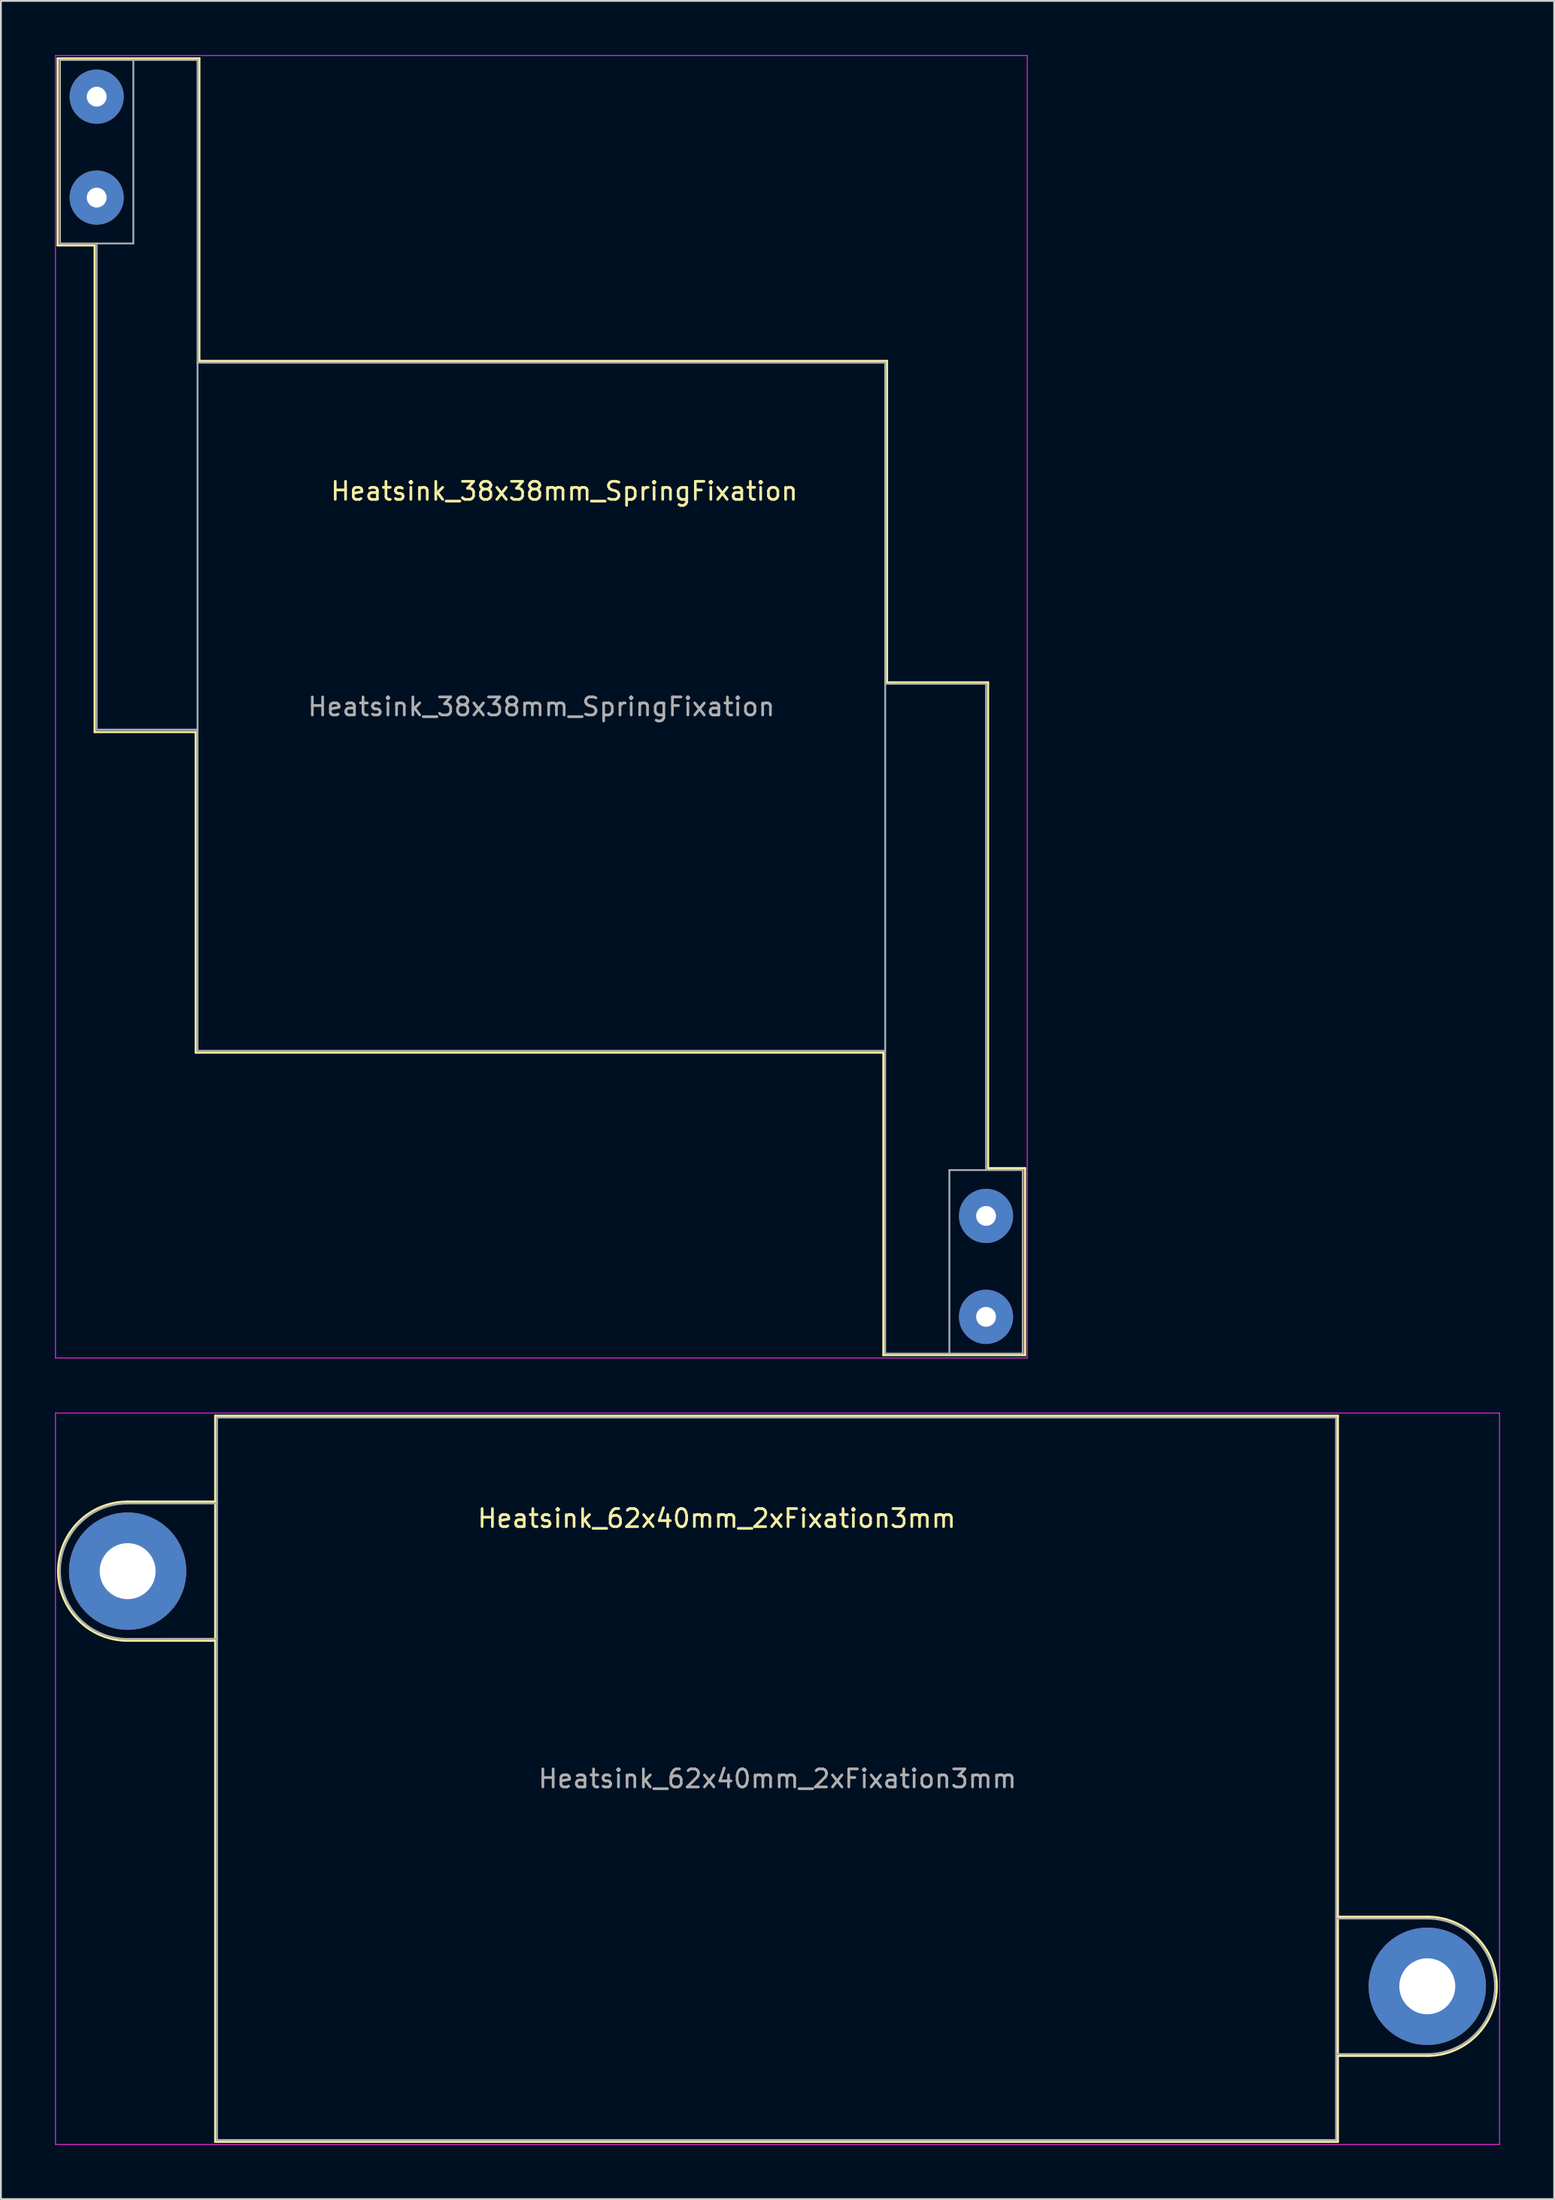
<source format=kicad_pcb>
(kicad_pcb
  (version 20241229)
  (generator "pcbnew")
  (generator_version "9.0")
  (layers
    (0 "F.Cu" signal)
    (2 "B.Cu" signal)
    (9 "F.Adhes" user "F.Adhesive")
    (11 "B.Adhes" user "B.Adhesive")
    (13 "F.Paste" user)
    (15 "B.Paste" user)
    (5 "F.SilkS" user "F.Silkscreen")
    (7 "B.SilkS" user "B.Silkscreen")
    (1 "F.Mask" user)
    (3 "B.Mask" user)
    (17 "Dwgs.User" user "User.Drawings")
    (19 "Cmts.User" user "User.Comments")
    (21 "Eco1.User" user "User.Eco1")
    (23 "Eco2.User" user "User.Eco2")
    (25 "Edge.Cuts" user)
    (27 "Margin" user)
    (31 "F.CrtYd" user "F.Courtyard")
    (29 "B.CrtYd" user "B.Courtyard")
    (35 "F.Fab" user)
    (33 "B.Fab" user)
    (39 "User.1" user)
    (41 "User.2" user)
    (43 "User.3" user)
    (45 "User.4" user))
  (footprint "Heatsink_62x40mm_2xFixation3mm"
    (layer "F.Cu")
    (at 8.975 115.445)
    (property "Reference" "Heatsink_62x40mm_2xFixation3mm" (at 27.686 -34.417 0) (layer "F.SilkS") (effects (font (size 1 1) (thickness 0.15))))
    (attr through_hole)
    (fp_line (start -4.953 -35.346) (end -0.103 -35.346) (stroke (width 0.12) (type solid)) (layer "F.SilkS"))
    (fp_line (start -0.103 -27.646) (end -4.953 -27.646) (stroke (width 0.12) (type solid)) (layer "F.SilkS"))
    (fp_line (start -0.1 -40.1) (end -0.1 0.1) (stroke (width 0.12) (type solid)) (layer "F.SilkS"))
    (fp_line (start -0.1 0.1) (end 62.1 0.1) (stroke (width 0.12) (type solid)) (layer "F.SilkS"))
    (fp_line (start 62.1 -40.1) (end -0.1 -40.1) (stroke (width 0.12) (type solid)) (layer "F.SilkS"))
    (fp_line (start 62.1 0.1) (end 62.1 -40.1) (stroke (width 0.12) (type solid)) (layer "F.SilkS"))
    (fp_line (start 67.056 -12.359) (end 62.106 -12.359) (stroke (width 0.12) (type solid)) (layer "F.SilkS"))
    (fp_line (start 67.056 -4.659) (end 62.106 -4.659) (stroke (width 0.12) (type solid)) (layer "F.SilkS"))
    (fp_arc (start -4.953 -27.646) (mid -8.803 -31.496) (end -4.953 -35.346) (stroke (width 0.12) (type solid)) (layer "F.SilkS"))
    (fp_arc (start 67.056 -12.359) (mid 70.906 -8.509) (end 67.056 -4.659) (stroke (width 0.12) (type solid)) (layer "F.SilkS"))
    (fp_line (start -8.95 -40.25) (end -8.95 0.25) (stroke (width 0.05) (type solid)) (layer "F.CrtYd"))
    (fp_line (start -8.95 -40.25) (end 71.06 -40.25) (stroke (width 0.05) (type solid)) (layer "F.CrtYd"))
    (fp_line (start 71.06 0.25) (end -8.95 0.25) (stroke (width 0.05) (type solid)) (layer "F.CrtYd"))
    (fp_line (start 71.06 0.25) (end 71.06 -40.25) (stroke (width 0.05) (type solid)) (layer "F.CrtYd"))
    (fp_line (start -4.953 -35.246) (end 0 -35.246) (stroke (width 0.1) (type solid)) (layer "F.Fab"))
    (fp_line (start -4.953 -27.746) (end 0 -27.753) (stroke (width 0.1) (type solid)) (layer "F.Fab"))
    (fp_line (start 0 -40) (end 62 -40) (stroke (width 0.1) (type solid)) (layer "F.Fab"))
    (fp_line (start 0 0) (end 0 -40) (stroke (width 0.1) (type solid)) (layer "F.Fab"))
    (fp_line (start 62 -40) (end 62 0) (stroke (width 0.1) (type solid)) (layer "F.Fab"))
    (fp_line (start 62 0) (end 0 0) (stroke (width 0.1) (type solid)) (layer "F.Fab"))
    (fp_line (start 67.056 -12.259) (end 62.006 -12.259) (stroke (width 0.1) (type solid)) (layer "F.Fab"))
    (fp_line (start 67.056 -4.759) (end 62.006 -4.759) (stroke (width 0.1) (type solid)) (layer "F.Fab"))
    (fp_arc (start -4.953 -27.746) (mid -8.703 -31.496) (end -4.953 -35.246) (stroke (width 0.1) (type solid)) (layer "F.Fab"))
    (fp_arc (start 67.056 -12.259) (mid 70.806 -8.509) (end 67.056 -4.759) (stroke (width 0.1) (type solid)) (layer "F.Fab"))
    (fp_text user "${REFERENCE}" (at 31.052 -20.002 0) (layer "F.Fab") (effects (font (size 1 1) (thickness 0.15))))
    (pad "1" thru_hole circle (at -4.953 -31.496) (size 6.497 6.497) (drill 3.099) (layers "*.Cu" "*.Mask"))
    (pad "1" thru_hole circle (at 67.056 -8.509) (size 6.497 6.497) (drill 3.099) (layers "*.Cu" "*.Mask")))
  (footprint "Heatsink_38x38mm_SpringFixation"
    (layer "F.Cu")
    (at 7.895 55.135)
    (property "Reference" "Heatsink_38x38mm_SpringFixation" (at 20.32 -30.988 0) (layer "F.SilkS") (effects (font (size 1 1) (thickness 0.15))))
    (attr through_hole)
    (fp_line (start -7.75 -54.95) (end -7.75 -44.6) (stroke (width 0.12) (type solid)) (layer "F.SilkS"))
    (fp_line (start -7.75 -44.6) (end -5.7 -44.6) (stroke (width 0.12) (type solid)) (layer "F.SilkS"))
    (fp_line (start -5.7 -44.6) (end -5.7 -17.65) (stroke (width 0.12) (type solid)) (layer "F.SilkS"))
    (fp_line (start -5.7 -17.65) (end -0.1 -17.65) (stroke (width 0.12) (type solid)) (layer "F.SilkS"))
    (fp_line (start -0.1 -17.65) (end -0.1 0.1) (stroke (width 0.12) (type solid)) (layer "F.SilkS"))
    (fp_line (start -0.1 0.1) (end 38 0.1) (stroke (width 0.12) (type solid)) (layer "F.SilkS"))
    (fp_line (start 0.1 -54.95) (end -7.75 -54.95) (stroke (width 0.12) (type solid)) (layer "F.SilkS"))
    (fp_line (start 0.1 -38.2) (end 0.1 -54.95) (stroke (width 0.12) (type solid)) (layer "F.SilkS"))
    (fp_line (start 38 0.1) (end 38 16.85) (stroke (width 0.12) (type solid)) (layer "F.SilkS"))
    (fp_line (start 38 16.85) (end 45.85 16.85) (stroke (width 0.12) (type solid)) (layer "F.SilkS"))
    (fp_line (start 38.2 -38.2) (end 0.1 -38.2) (stroke (width 0.12) (type solid)) (layer "F.SilkS"))
    (fp_line (start 38.2 -20.4) (end 38.2 -38.2) (stroke (width 0.12) (type solid)) (layer "F.SilkS"))
    (fp_line (start 43.8 -20.4) (end 38.2 -20.4) (stroke (width 0.12) (type solid)) (layer "F.SilkS"))
    (fp_line (start 43.8 6.5) (end 43.8 -20.4) (stroke (width 0.12) (type solid)) (layer "F.SilkS"))
    (fp_line (start 45.85 6.5) (end 43.8 6.5) (stroke (width 0.12) (type solid)) (layer "F.SilkS"))
    (fp_line (start 45.85 16.85) (end 45.85 6.5) (stroke (width 0.12) (type solid)) (layer "F.SilkS"))
    (fp_line (start -7.87 -55.11) (end -7.87 17.01) (stroke (width 0.05) (type solid)) (layer "F.CrtYd"))
    (fp_line (start -7.87 -55.11) (end 45.97 -55.11) (stroke (width 0.05) (type solid)) (layer "F.CrtYd"))
    (fp_line (start 45.97 17.01) (end -7.87 17.01) (stroke (width 0.05) (type solid)) (layer "F.CrtYd"))
    (fp_line (start 45.97 17.01) (end 45.97 -55.11) (stroke (width 0.05) (type solid)) (layer "F.CrtYd"))
    (fp_line (start -7.62 -54.864) (end -7.62 -44.704) (stroke (width 0.1) (type solid)) (layer "F.Fab"))
    (fp_line (start -7.62 -44.704) (end -3.556 -44.704) (stroke (width 0.1) (type solid)) (layer "F.Fab"))
    (fp_line (start -5.588 -17.78) (end -5.588 -44.704) (stroke (width 0.1) (type solid)) (layer "F.Fab"))
    (fp_line (start -3.556 -54.864) (end -7.62 -54.864) (stroke (width 0.1) (type solid)) (layer "F.Fab"))
    (fp_line (start -3.556 -54.864) (end 0 -54.864) (stroke (width 0.1) (type solid)) (layer "F.Fab"))
    (fp_line (start -3.556 -44.704) (end -3.556 -54.864) (stroke (width 0.1) (type solid)) (layer "F.Fab"))
    (fp_line (start 0 -54.864) (end 0 -38.1) (stroke (width 0.1) (type solid)) (layer "F.Fab"))
    (fp_line (start 0 -38.1) (end 0 0) (stroke (width 0.1) (type solid)) (layer "F.Fab"))
    (fp_line (start 0 -17.78) (end -5.588 -17.78) (stroke (width 0.1) (type solid)) (layer "F.Fab"))
    (fp_line (start 0 0) (end 38.1 0) (stroke (width 0.1) (type solid)) (layer "F.Fab"))
    (fp_line (start 38.1 -38.1) (end 0 -38.1) (stroke (width 0.1) (type solid)) (layer "F.Fab"))
    (fp_line (start 38.1 -20.32) (end 43.688 -20.32) (stroke (width 0.1) (type solid)) (layer "F.Fab"))
    (fp_line (start 38.1 0) (end 38.1 -38.1) (stroke (width 0.1) (type solid)) (layer "F.Fab"))
    (fp_line (start 38.1 16.764) (end 38.1 0) (stroke (width 0.1) (type solid)) (layer "F.Fab"))
    (fp_line (start 41.656 6.604) (end 41.656 16.764) (stroke (width 0.1) (type solid)) (layer "F.Fab"))
    (fp_line (start 41.656 16.764) (end 38.1 16.764) (stroke (width 0.1) (type solid)) (layer "F.Fab"))
    (fp_line (start 43.688 -20.32) (end 43.688 6.604) (stroke (width 0.1) (type solid)) (layer "F.Fab"))
    (fp_line (start 45.72 6.604) (end 41.656 6.604) (stroke (width 0.1) (type solid)) (layer "F.Fab"))
    (fp_line (start 45.72 6.604) (end 45.72 16.764) (stroke (width 0.1) (type solid)) (layer "F.Fab"))
    (fp_line (start 45.72 16.764) (end 41.656 16.764) (stroke (width 0.1) (type solid)) (layer "F.Fab"))
    (fp_text user "${REFERENCE}" (at 19.05 -19.05 0) (layer "F.Fab") (effects (font (size 1 1) (thickness 0.15))))
    (pad "1" thru_hole circle (at -5.588 -52.832) (size 3 3) (drill 1.1) (layers "*.Cu" "*.Mask"))
    (pad "1" thru_hole circle (at -5.588 -47.244) (size 3 3) (drill 1.1) (layers "*.Cu" "*.Mask"))
    (pad "1" thru_hole circle (at 43.688 9.144) (size 3 3) (drill 1.1) (layers "*.Cu" "*.Mask"))
    (pad "1" thru_hole circle (at 43.688 14.732) (size 3 3) (drill 1.1) (layers "*.Cu" "*.Mask")))
  (gr_rect
    (start -3 -3)
    (end 83.06 118.72)
    (stroke (width 0.1) (type default))
    (fill no)
    (layer "Edge.Cuts")))
</source>
